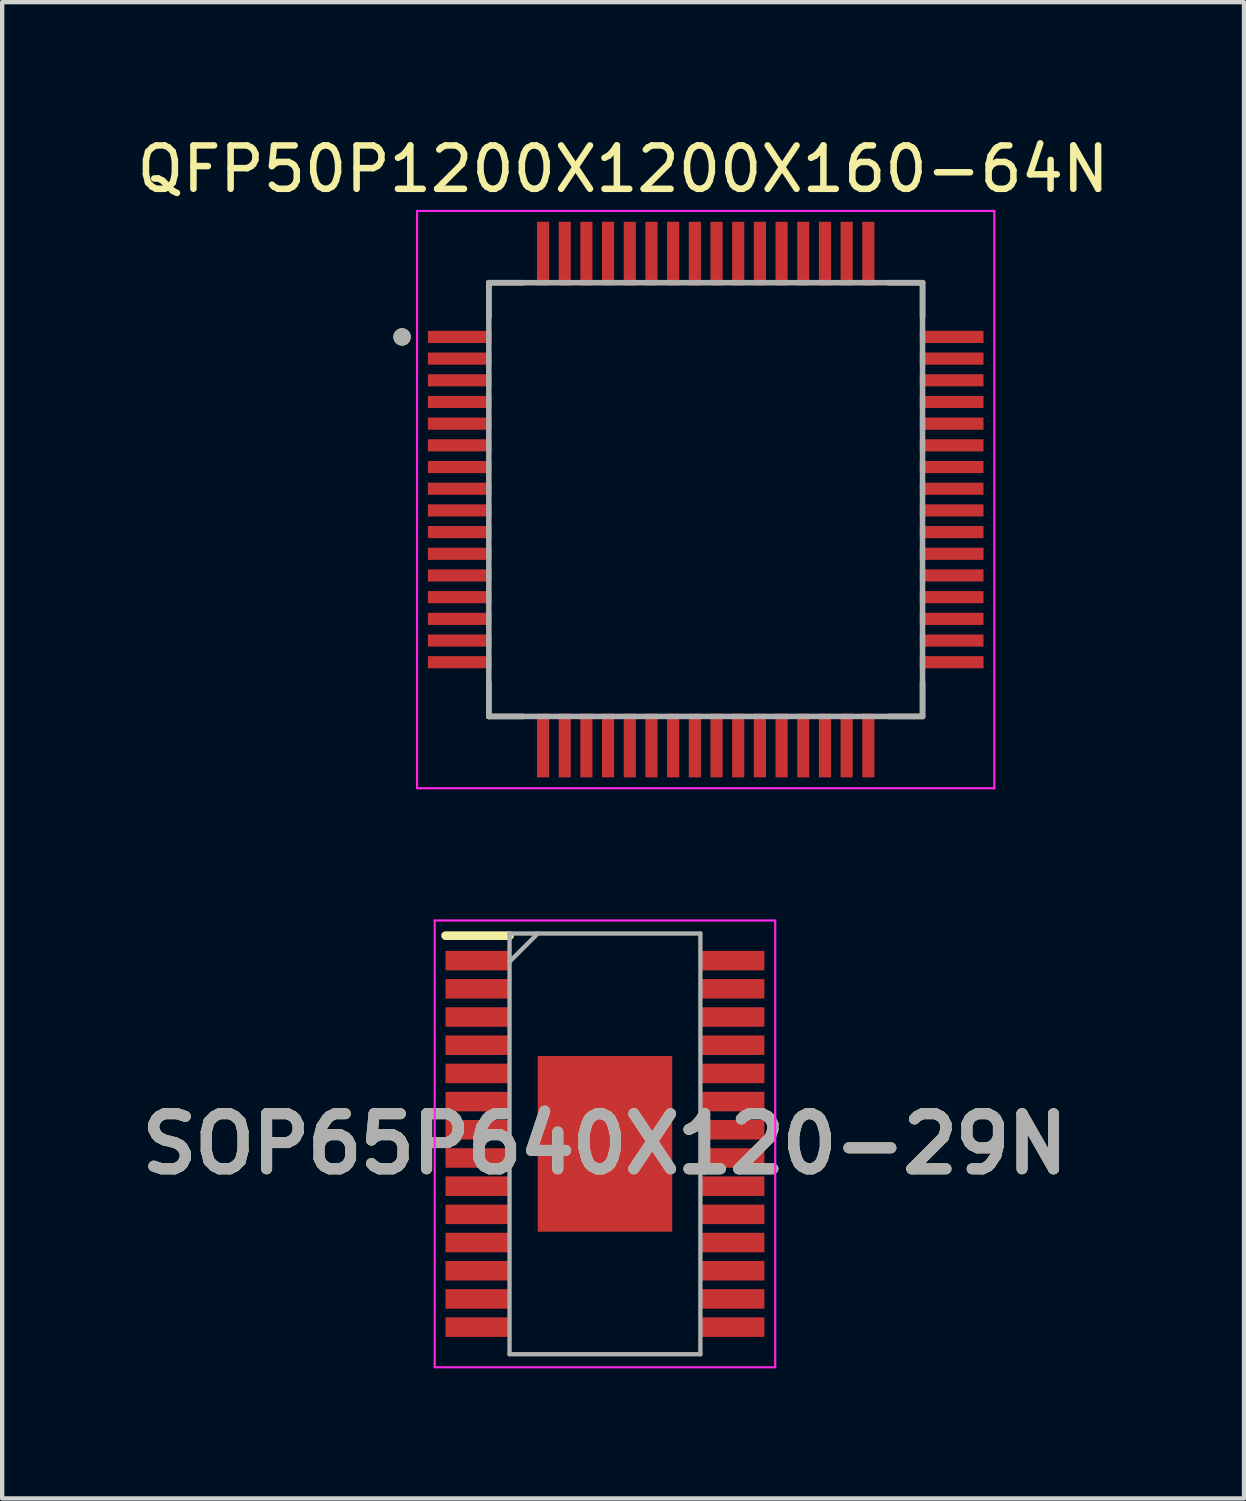
<source format=kicad_pcb>
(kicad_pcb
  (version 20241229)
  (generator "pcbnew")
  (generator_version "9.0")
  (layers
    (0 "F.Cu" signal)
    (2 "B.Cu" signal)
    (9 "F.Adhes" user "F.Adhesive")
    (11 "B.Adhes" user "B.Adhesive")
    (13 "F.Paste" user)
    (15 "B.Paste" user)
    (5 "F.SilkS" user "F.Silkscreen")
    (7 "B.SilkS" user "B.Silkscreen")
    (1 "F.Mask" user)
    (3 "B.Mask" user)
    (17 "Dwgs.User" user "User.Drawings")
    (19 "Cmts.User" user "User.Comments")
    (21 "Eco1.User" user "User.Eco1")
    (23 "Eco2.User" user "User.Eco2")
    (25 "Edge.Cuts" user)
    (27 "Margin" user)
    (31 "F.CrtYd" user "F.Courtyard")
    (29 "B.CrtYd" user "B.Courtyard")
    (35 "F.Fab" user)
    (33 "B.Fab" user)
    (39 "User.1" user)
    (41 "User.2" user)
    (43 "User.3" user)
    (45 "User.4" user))
  (footprint "QFP50P1200X1200X160-64N"
    (layer "F.Cu")
    (at 13.22 8.468)
    (property "Reference" "QFP50P1200X1200X160-64N" (at -1.905 -7.62 0) (layer "F.SilkS") (effects (font (size 1 1) (thickness 0.15))))
    (attr smd)
    (fp_line (start -5 -5) (end -5 -4.21) (stroke (width 0.127) (type solid)) (layer "F.SilkS"))
    (fp_line (start -5 -5) (end -4.21 -5) (stroke (width 0.127) (type solid)) (layer "F.SilkS"))
    (fp_line (start -5 5) (end -5 4.21) (stroke (width 0.127) (type solid)) (layer "F.SilkS"))
    (fp_line (start -5 5) (end -4.21 5) (stroke (width 0.127) (type solid)) (layer "F.SilkS"))
    (fp_line (start 5 -5) (end 4.21 -5) (stroke (width 0.127) (type solid)) (layer "F.SilkS"))
    (fp_line (start 5 -5) (end 5 -4.21) (stroke (width 0.127) (type solid)) (layer "F.SilkS"))
    (fp_line (start 5 5) (end 4.21 5) (stroke (width 0.127) (type solid)) (layer "F.SilkS"))
    (fp_line (start 5 5) (end 5 4.21) (stroke (width 0.127) (type solid)) (layer "F.SilkS"))
    (fp_circle (center -7 -3.75) (end -6.9 -3.75) (stroke (width 0.2) (type solid)) (fill no) (layer "F.SilkS"))
    (fp_line (start -6.655 -6.655) (end 6.655 -6.655) (stroke (width 0.05) (type solid)) (layer "F.CrtYd"))
    (fp_line (start -6.655 6.655) (end -6.655 -6.655) (stroke (width 0.05) (type solid)) (layer "F.CrtYd"))
    (fp_line (start 6.655 -6.655) (end 6.655 6.655) (stroke (width 0.05) (type solid)) (layer "F.CrtYd"))
    (fp_line (start 6.655 6.655) (end -6.655 6.655) (stroke (width 0.05) (type solid)) (layer "F.CrtYd"))
    (fp_line (start -5 -5) (end -5 5) (stroke (width 0.127) (type solid)) (layer "F.Fab"))
    (fp_line (start -5 5) (end 5 5) (stroke (width 0.127) (type solid)) (layer "F.Fab"))
    (fp_line (start 5 -5) (end -5 -5) (stroke (width 0.127) (type solid)) (layer "F.Fab"))
    (fp_line (start 5 5) (end 5 -5) (stroke (width 0.127) (type solid)) (layer "F.Fab"))
    (fp_circle (center -7 -3.75) (end -6.9 -3.75) (stroke (width 0.2) (type solid)) (fill no) (layer "F.Fab"))
    (pad "1" smd rect (at -5.67 -3.75) (size 1.47 0.28) (layers "F.Cu" "F.Mask" "F.Paste"))
    (pad "2" smd rect (at -5.67 -3.25) (size 1.47 0.28) (layers "F.Cu" "F.Mask" "F.Paste"))
    (pad "3" smd rect (at -5.67 -2.75) (size 1.47 0.28) (layers "F.Cu" "F.Mask" "F.Paste"))
    (pad "4" smd rect (at -5.67 -2.25) (size 1.47 0.28) (layers "F.Cu" "F.Mask" "F.Paste"))
    (pad "5" smd rect (at -5.67 -1.75) (size 1.47 0.28) (layers "F.Cu" "F.Mask" "F.Paste"))
    (pad "6" smd rect (at -5.67 -1.25) (size 1.47 0.28) (layers "F.Cu" "F.Mask" "F.Paste"))
    (pad "7" smd rect (at -5.67 -0.75) (size 1.47 0.28) (layers "F.Cu" "F.Mask" "F.Paste"))
    (pad "8" smd rect (at -5.67 -0.25) (size 1.47 0.28) (layers "F.Cu" "F.Mask" "F.Paste"))
    (pad "9" smd rect (at -5.67 0.25) (size 1.47 0.28) (layers "F.Cu" "F.Mask" "F.Paste"))
    (pad "10" smd rect (at -5.67 0.75) (size 1.47 0.28) (layers "F.Cu" "F.Mask" "F.Paste"))
    (pad "11" smd rect (at -5.67 1.25) (size 1.47 0.28) (layers "F.Cu" "F.Mask" "F.Paste"))
    (pad "12" smd rect (at -5.67 1.75) (size 1.47 0.28) (layers "F.Cu" "F.Mask" "F.Paste"))
    (pad "13" smd rect (at -5.67 2.25) (size 1.47 0.28) (layers "F.Cu" "F.Mask" "F.Paste"))
    (pad "14" smd rect (at -5.67 2.75) (size 1.47 0.28) (layers "F.Cu" "F.Mask" "F.Paste"))
    (pad "15" smd rect (at -5.67 3.25) (size 1.47 0.28) (layers "F.Cu" "F.Mask" "F.Paste"))
    (pad "16" smd rect (at -5.67 3.75) (size 1.47 0.28) (layers "F.Cu" "F.Mask" "F.Paste"))
    (pad "17" smd rect (at -3.75 5.67) (size 0.28 1.47) (layers "F.Cu" "F.Mask" "F.Paste"))
    (pad "18" smd rect (at -3.25 5.67) (size 0.28 1.47) (layers "F.Cu" "F.Mask" "F.Paste"))
    (pad "19" smd rect (at -2.75 5.67) (size 0.28 1.47) (layers "F.Cu" "F.Mask" "F.Paste"))
    (pad "20" smd rect (at -2.25 5.67) (size 0.28 1.47) (layers "F.Cu" "F.Mask" "F.Paste"))
    (pad "21" smd rect (at -1.75 5.67) (size 0.28 1.47) (layers "F.Cu" "F.Mask" "F.Paste"))
    (pad "22" smd rect (at -1.25 5.67) (size 0.28 1.47) (layers "F.Cu" "F.Mask" "F.Paste"))
    (pad "23" smd rect (at -0.75 5.67) (size 0.28 1.47) (layers "F.Cu" "F.Mask" "F.Paste"))
    (pad "24" smd rect (at -0.25 5.67) (size 0.28 1.47) (layers "F.Cu" "F.Mask" "F.Paste"))
    (pad "25" smd rect (at 0.25 5.67) (size 0.28 1.47) (layers "F.Cu" "F.Mask" "F.Paste"))
    (pad "26" smd rect (at 0.75 5.67) (size 0.28 1.47) (layers "F.Cu" "F.Mask" "F.Paste"))
    (pad "27" smd rect (at 1.25 5.67) (size 0.28 1.47) (layers "F.Cu" "F.Mask" "F.Paste"))
    (pad "28" smd rect (at 1.75 5.67) (size 0.28 1.47) (layers "F.Cu" "F.Mask" "F.Paste"))
    (pad "29" smd rect (at 2.25 5.67) (size 0.28 1.47) (layers "F.Cu" "F.Mask" "F.Paste"))
    (pad "30" smd rect (at 2.75 5.67) (size 0.28 1.47) (layers "F.Cu" "F.Mask" "F.Paste"))
    (pad "31" smd rect (at 3.25 5.67) (size 0.28 1.47) (layers "F.Cu" "F.Mask" "F.Paste"))
    (pad "32" smd rect (at 3.75 5.67) (size 0.28 1.47) (layers "F.Cu" "F.Mask" "F.Paste"))
    (pad "33" smd rect (at 5.67 3.75) (size 1.47 0.28) (layers "F.Cu" "F.Mask" "F.Paste"))
    (pad "34" smd rect (at 5.67 3.25) (size 1.47 0.28) (layers "F.Cu" "F.Mask" "F.Paste"))
    (pad "35" smd rect (at 5.67 2.75) (size 1.47 0.28) (layers "F.Cu" "F.Mask" "F.Paste"))
    (pad "36" smd rect (at 5.67 2.25) (size 1.47 0.28) (layers "F.Cu" "F.Mask" "F.Paste"))
    (pad "37" smd rect (at 5.67 1.75) (size 1.47 0.28) (layers "F.Cu" "F.Mask" "F.Paste"))
    (pad "38" smd rect (at 5.67 1.25) (size 1.47 0.28) (layers "F.Cu" "F.Mask" "F.Paste"))
    (pad "39" smd rect (at 5.67 0.75) (size 1.47 0.28) (layers "F.Cu" "F.Mask" "F.Paste"))
    (pad "40" smd rect (at 5.67 0.25) (size 1.47 0.28) (layers "F.Cu" "F.Mask" "F.Paste"))
    (pad "41" smd rect (at 5.67 -0.25) (size 1.47 0.28) (layers "F.Cu" "F.Mask" "F.Paste"))
    (pad "42" smd rect (at 5.67 -0.75) (size 1.47 0.28) (layers "F.Cu" "F.Mask" "F.Paste"))
    (pad "43" smd rect (at 5.67 -1.25) (size 1.47 0.28) (layers "F.Cu" "F.Mask" "F.Paste"))
    (pad "44" smd rect (at 5.67 -1.75) (size 1.47 0.28) (layers "F.Cu" "F.Mask" "F.Paste"))
    (pad "45" smd rect (at 5.67 -2.25) (size 1.47 0.28) (layers "F.Cu" "F.Mask" "F.Paste"))
    (pad "46" smd rect (at 5.67 -2.75) (size 1.47 0.28) (layers "F.Cu" "F.Mask" "F.Paste"))
    (pad "47" smd rect (at 5.67 -3.25) (size 1.47 0.28) (layers "F.Cu" "F.Mask" "F.Paste"))
    (pad "48" smd rect (at 5.67 -3.75) (size 1.47 0.28) (layers "F.Cu" "F.Mask" "F.Paste"))
    (pad "49" smd rect (at 3.75 -5.67) (size 0.28 1.47) (layers "F.Cu" "F.Mask" "F.Paste"))
    (pad "50" smd rect (at 3.25 -5.67) (size 0.28 1.47) (layers "F.Cu" "F.Mask" "F.Paste"))
    (pad "51" smd rect (at 2.75 -5.67) (size 0.28 1.47) (layers "F.Cu" "F.Mask" "F.Paste"))
    (pad "52" smd rect (at 2.25 -5.67) (size 0.28 1.47) (layers "F.Cu" "F.Mask" "F.Paste"))
    (pad "53" smd rect (at 1.75 -5.67) (size 0.28 1.47) (layers "F.Cu" "F.Mask" "F.Paste"))
    (pad "54" smd rect (at 1.25 -5.67) (size 0.28 1.47) (layers "F.Cu" "F.Mask" "F.Paste"))
    (pad "55" smd rect (at 0.75 -5.67) (size 0.28 1.47) (layers "F.Cu" "F.Mask" "F.Paste"))
    (pad "56" smd rect (at 0.25 -5.67) (size 0.28 1.47) (layers "F.Cu" "F.Mask" "F.Paste"))
    (pad "57" smd rect (at -0.25 -5.67) (size 0.28 1.47) (layers "F.Cu" "F.Mask" "F.Paste"))
    (pad "58" smd rect (at -0.75 -5.67) (size 0.28 1.47) (layers "F.Cu" "F.Mask" "F.Paste"))
    (pad "59" smd rect (at -1.25 -5.67) (size 0.28 1.47) (layers "F.Cu" "F.Mask" "F.Paste"))
    (pad "60" smd rect (at -1.75 -5.67) (size 0.28 1.47) (layers "F.Cu" "F.Mask" "F.Paste"))
    (pad "61" smd rect (at -2.25 -5.67) (size 0.28 1.47) (layers "F.Cu" "F.Mask" "F.Paste"))
    (pad "62" smd rect (at -2.75 -5.67) (size 0.28 1.47) (layers "F.Cu" "F.Mask" "F.Paste"))
    (pad "63" smd rect (at -3.25 -5.67) (size 0.28 1.47) (layers "F.Cu" "F.Mask" "F.Paste"))
    (pad "64" smd rect (at -3.75 -5.67) (size 0.28 1.47) (layers "F.Cu" "F.Mask" "F.Paste")))
  (footprint "SOP65P640X120-29N"
    (layer "F.Cu")
    (at 10.898 23.323)
    (property "Reference" "SOP65P640X120-29N" (at 0 0 0) (layer "F.SilkS") (effects (font (size 1.27 1.27) (thickness 0.254))))
    (attr smd)
    (fp_line (start -3.675 -4.8) (end -2.2 -4.8) (stroke (width 0.2) (type solid)) (layer "F.SilkS"))
    (fp_line (start -3.925 -5.15) (end 3.925 -5.15) (stroke (width 0.05) (type solid)) (layer "F.CrtYd"))
    (fp_line (start -3.925 5.15) (end -3.925 -5.15) (stroke (width 0.05) (type solid)) (layer "F.CrtYd"))
    (fp_line (start 3.925 -5.15) (end 3.925 5.15) (stroke (width 0.05) (type solid)) (layer "F.CrtYd"))
    (fp_line (start 3.925 5.15) (end -3.925 5.15) (stroke (width 0.05) (type solid)) (layer "F.CrtYd"))
    (fp_line (start -2.2 -4.85) (end 2.2 -4.85) (stroke (width 0.1) (type solid)) (layer "F.Fab"))
    (fp_line (start -2.2 -4.2) (end -1.55 -4.85) (stroke (width 0.1) (type solid)) (layer "F.Fab"))
    (fp_line (start -2.2 4.85) (end -2.2 -4.85) (stroke (width 0.1) (type solid)) (layer "F.Fab"))
    (fp_line (start 2.2 -4.85) (end 2.2 4.85) (stroke (width 0.1) (type solid)) (layer "F.Fab"))
    (fp_line (start 2.2 4.85) (end -2.2 4.85) (stroke (width 0.1) (type solid)) (layer "F.Fab"))
    (fp_text user "${REFERENCE}" (at 0 0 0) (layer "F.Fab") (effects (font (size 1.27 1.27) (thickness 0.254))))
    (pad "1" smd rect (at -2.938 -4.225 90) (size 0.45 1.475) (layers "F.Cu" "F.Mask" "F.Paste"))
    (pad "2" smd rect (at -2.938 -3.575 90) (size 0.45 1.475) (layers "F.Cu" "F.Mask" "F.Paste"))
    (pad "3" smd rect (at -2.938 -2.925 90) (size 0.45 1.475) (layers "F.Cu" "F.Mask" "F.Paste"))
    (pad "4" smd rect (at -2.938 -2.275 90) (size 0.45 1.475) (layers "F.Cu" "F.Mask" "F.Paste"))
    (pad "5" smd rect (at -2.938 -1.625 90) (size 0.45 1.475) (layers "F.Cu" "F.Mask" "F.Paste"))
    (pad "6" smd rect (at -2.938 -0.975 90) (size 0.45 1.475) (layers "F.Cu" "F.Mask" "F.Paste"))
    (pad "7" smd rect (at -2.938 -0.325 90) (size 0.45 1.475) (layers "F.Cu" "F.Mask" "F.Paste"))
    (pad "8" smd rect (at -2.938 0.325 90) (size 0.45 1.475) (layers "F.Cu" "F.Mask" "F.Paste"))
    (pad "9" smd rect (at -2.938 0.975 90) (size 0.45 1.475) (layers "F.Cu" "F.Mask" "F.Paste"))
    (pad "10" smd rect (at -2.938 1.625 90) (size 0.45 1.475) (layers "F.Cu" "F.Mask" "F.Paste"))
    (pad "11" smd rect (at -2.938 2.275 90) (size 0.45 1.475) (layers "F.Cu" "F.Mask" "F.Paste"))
    (pad "12" smd rect (at -2.938 2.925 90) (size 0.45 1.475) (layers "F.Cu" "F.Mask" "F.Paste"))
    (pad "13" smd rect (at -2.938 3.575 90) (size 0.45 1.475) (layers "F.Cu" "F.Mask" "F.Paste"))
    (pad "14" smd rect (at -2.938 4.225 90) (size 0.45 1.475) (layers "F.Cu" "F.Mask" "F.Paste"))
    (pad "15" smd rect (at 2.938 4.225 90) (size 0.45 1.475) (layers "F.Cu" "F.Mask" "F.Paste"))
    (pad "16" smd rect (at 2.938 3.575 90) (size 0.45 1.475) (layers "F.Cu" "F.Mask" "F.Paste"))
    (pad "17" smd rect (at 2.938 2.925 90) (size 0.45 1.475) (layers "F.Cu" "F.Mask" "F.Paste"))
    (pad "18" smd rect (at 2.938 2.275 90) (size 0.45 1.475) (layers "F.Cu" "F.Mask" "F.Paste"))
    (pad "19" smd rect (at 2.938 1.625 90) (size 0.45 1.475) (layers "F.Cu" "F.Mask" "F.Paste"))
    (pad "20" smd rect (at 2.938 0.975 90) (size 0.45 1.475) (layers "F.Cu" "F.Mask" "F.Paste"))
    (pad "21" smd rect (at 2.938 0.325 90) (size 0.45 1.475) (layers "F.Cu" "F.Mask" "F.Paste"))
    (pad "22" smd rect (at 2.938 -0.325 90) (size 0.45 1.475) (layers "F.Cu" "F.Mask" "F.Paste"))
    (pad "23" smd rect (at 2.938 -0.975 90) (size 0.45 1.475) (layers "F.Cu" "F.Mask" "F.Paste"))
    (pad "24" smd rect (at 2.938 -1.625 90) (size 0.45 1.475) (layers "F.Cu" "F.Mask" "F.Paste"))
    (pad "25" smd rect (at 2.938 -2.275 90) (size 0.45 1.475) (layers "F.Cu" "F.Mask" "F.Paste"))
    (pad "26" smd rect (at 2.938 -2.925 90) (size 0.45 1.475) (layers "F.Cu" "F.Mask" "F.Paste"))
    (pad "27" smd rect (at 2.938 -3.575 90) (size 0.45 1.475) (layers "F.Cu" "F.Mask" "F.Paste"))
    (pad "28" smd rect (at 2.938 -4.225 90) (size 0.45 1.475) (layers "F.Cu" "F.Mask" "F.Paste"))
    (pad "29" smd rect (at 0 0) (size 3.1 4.05) (layers "F.Cu" "F.Mask" "F.Paste")))
  (gr_rect
    (start -3 -3)
    (end 25.631 31.498)
    (stroke (width 0.1) (type default))
    (fill no)
    (layer "Edge.Cuts")))
</source>
